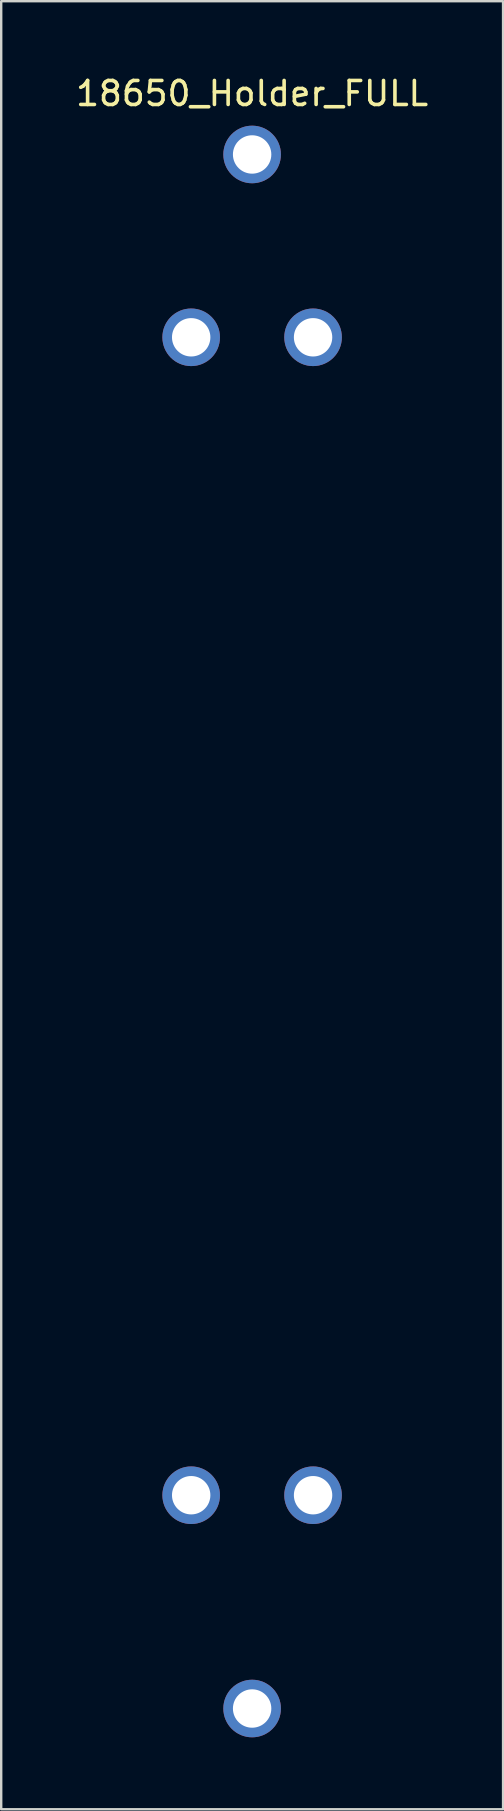
<source format=kicad_pcb>
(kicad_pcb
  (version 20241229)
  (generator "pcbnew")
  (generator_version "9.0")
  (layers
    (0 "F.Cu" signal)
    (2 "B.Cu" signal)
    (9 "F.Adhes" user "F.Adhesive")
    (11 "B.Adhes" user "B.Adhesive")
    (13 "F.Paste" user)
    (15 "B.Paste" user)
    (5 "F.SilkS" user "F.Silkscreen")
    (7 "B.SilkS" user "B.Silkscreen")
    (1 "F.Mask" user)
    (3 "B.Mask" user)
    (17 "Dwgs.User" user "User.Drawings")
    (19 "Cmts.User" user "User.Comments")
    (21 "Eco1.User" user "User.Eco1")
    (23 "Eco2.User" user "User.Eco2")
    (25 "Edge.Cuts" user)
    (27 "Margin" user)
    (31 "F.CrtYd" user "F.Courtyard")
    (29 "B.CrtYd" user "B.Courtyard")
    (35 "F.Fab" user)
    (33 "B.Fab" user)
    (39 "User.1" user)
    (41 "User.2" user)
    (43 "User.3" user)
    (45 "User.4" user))
  (footprint "18650_Holder_FULL"
    (layer "F.Cu")
    (at 7.458 11.008)
    (property "Reference" "18650_Holder_FULL" (at 0 -10.16 0) (layer "F.SilkS") (effects (font (size 1 1) (thickness 0.15))))
    (attr through_hole)
    (pad "1" thru_hole circle (at -2.54 0) (size 2.4 2.4) (drill 1.6) (layers "*.Cu" "*.Mask"))
    (pad "1" thru_hole circle (at 0 -7.62) (size 2.4 2.4) (drill 1.6) (layers "*.Cu" "*.Mask"))
    (pad "1" thru_hole circle (at 2.54 0) (size 2.4 2.4) (drill 1.6) (layers "*.Cu" "*.Mask"))
    (pad "2" thru_hole circle (at -2.54 48.26) (size 2.4 2.4) (drill 1.6) (layers "*.Cu" "*.Mask"))
    (pad "2" thru_hole circle (at 0 57.15) (size 2.4 2.4) (drill 1.6) (layers "*.Cu" "*.Mask"))
    (pad "2" thru_hole circle (at 2.54 48.26) (size 2.4 2.4) (drill 1.6) (layers "*.Cu" "*.Mask")))
  (gr_rect
    (start -3 -3)
    (end 17.917 72.358)
    (stroke (width 0.1) (type default))
    (fill no)
    (layer "Edge.Cuts")))
</source>
